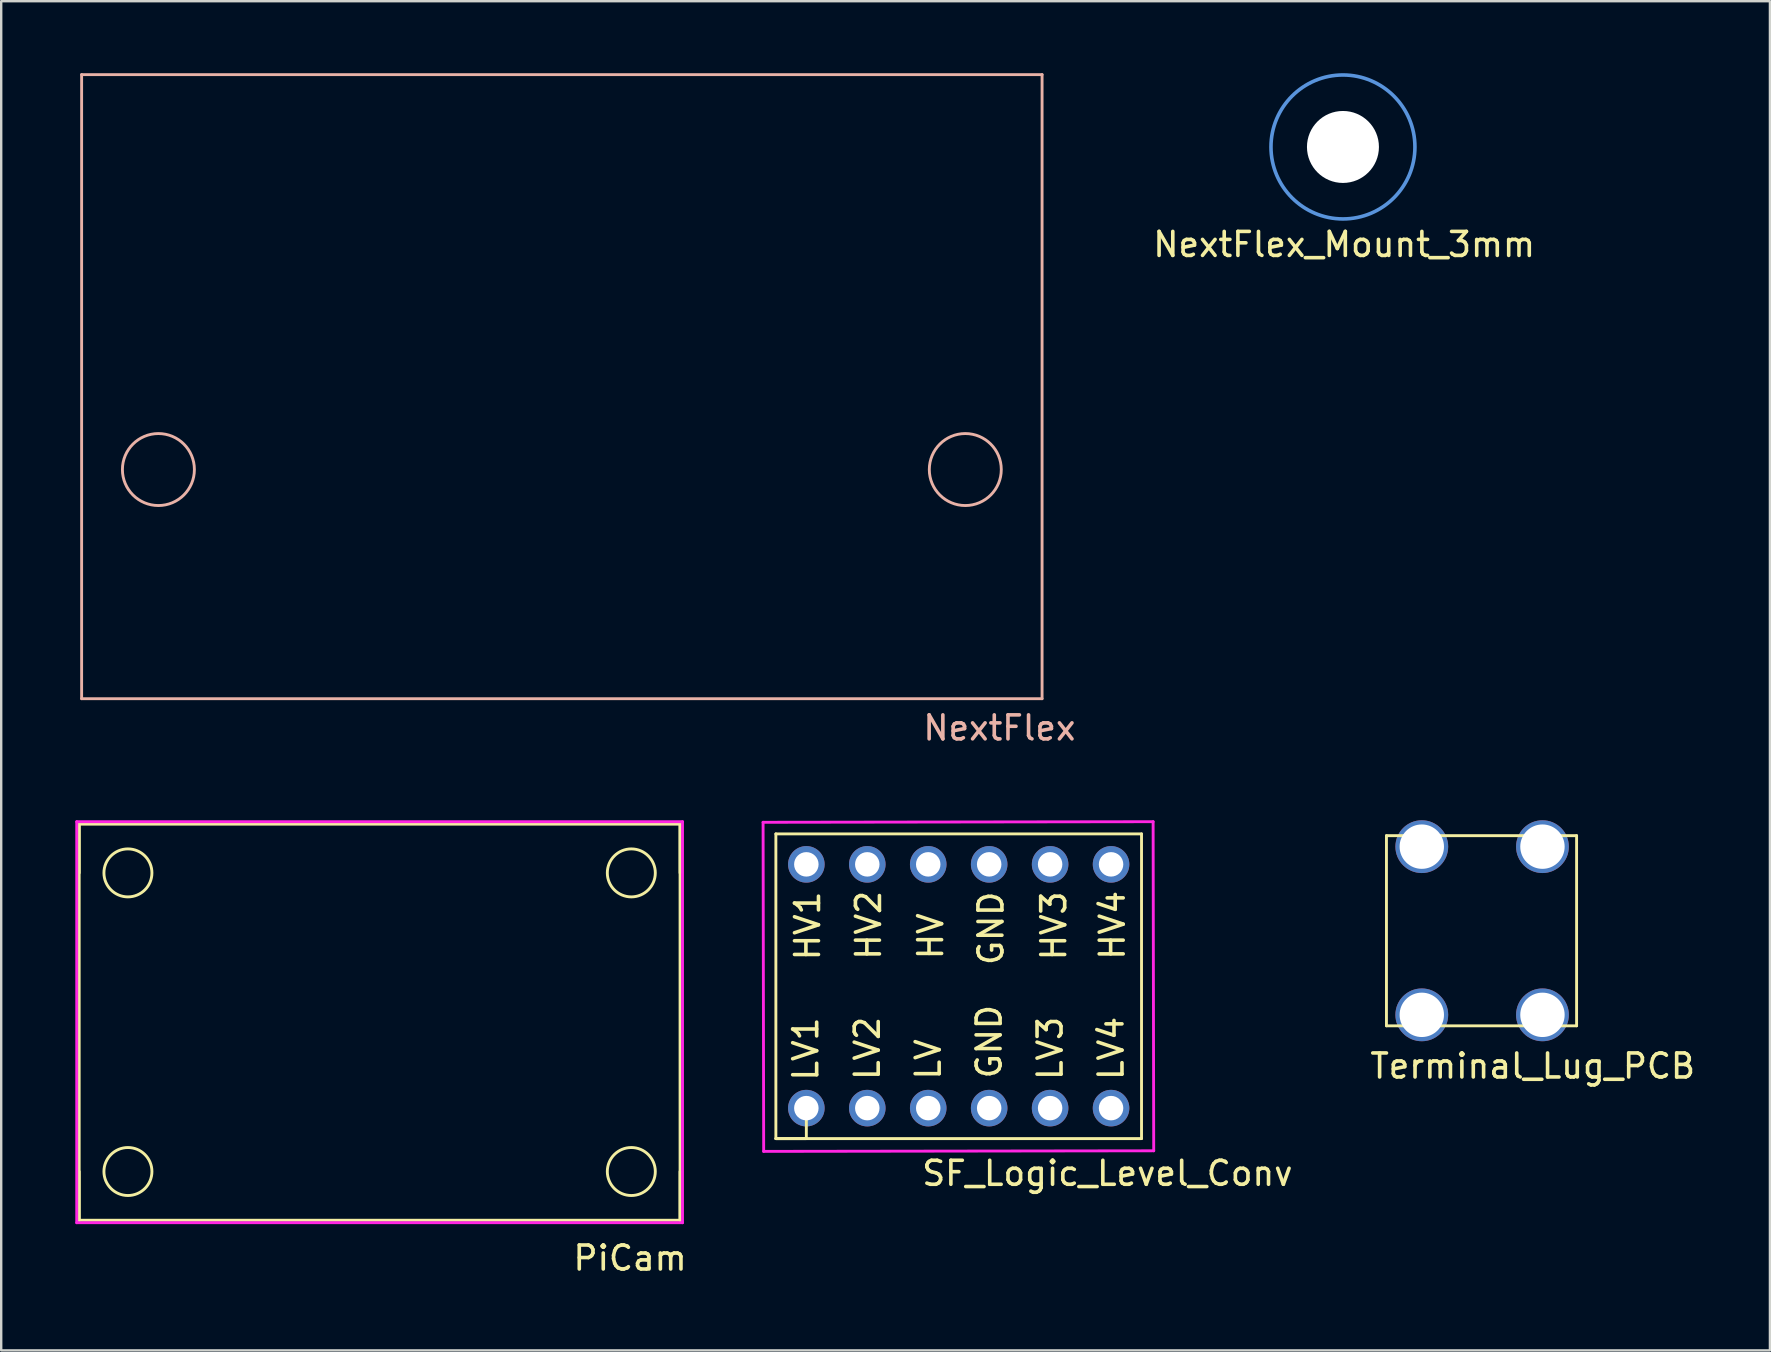
<source format=kicad_pcb>
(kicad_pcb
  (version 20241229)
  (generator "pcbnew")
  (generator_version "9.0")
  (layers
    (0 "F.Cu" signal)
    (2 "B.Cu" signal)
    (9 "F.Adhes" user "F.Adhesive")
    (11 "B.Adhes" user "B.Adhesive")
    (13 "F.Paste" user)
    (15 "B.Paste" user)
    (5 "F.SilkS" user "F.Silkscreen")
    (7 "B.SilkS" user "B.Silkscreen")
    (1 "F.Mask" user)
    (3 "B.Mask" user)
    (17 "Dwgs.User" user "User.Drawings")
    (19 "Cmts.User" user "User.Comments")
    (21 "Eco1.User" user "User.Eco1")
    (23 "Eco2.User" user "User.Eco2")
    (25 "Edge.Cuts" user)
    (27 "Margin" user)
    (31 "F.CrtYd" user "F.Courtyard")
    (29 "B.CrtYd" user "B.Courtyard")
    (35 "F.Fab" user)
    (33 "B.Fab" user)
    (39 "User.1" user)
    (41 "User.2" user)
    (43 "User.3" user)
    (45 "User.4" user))
  (footprint "PiCam"
    (layer "F.Cu")
    (at 0.25 47.809)
    (property "Reference" "PiCam" (at 22.962 1.575 0) (layer "F.SilkS") (effects (font (size 1 1) (thickness 0.15))))
    (attr through_hole)
    (fp_line (start 0 -16.51) (end 0 -14.478) (stroke (width 0.12) (type solid)) (layer "F.SilkS"))
    (fp_line (start 0 -16.51) (end 25.044 -16.51) (stroke (width 0.12) (type solid)) (layer "F.SilkS"))
    (fp_line (start 0 0) (end 0 -16.51) (stroke (width 0.12) (type solid)) (layer "F.SilkS"))
    (fp_line (start 0 0) (end 0 -2.032) (stroke (width 0.12) (type solid)) (layer "F.SilkS"))
    (fp_line (start 25.044 -16.51) (end 25.044 -14.478) (stroke (width 0.12) (type solid)) (layer "F.SilkS"))
    (fp_line (start 25.044 -16.51) (end 25.044 0) (stroke (width 0.12) (type solid)) (layer "F.SilkS"))
    (fp_line (start 25.044 0) (end 0 0) (stroke (width 0.12) (type solid)) (layer "F.SilkS"))
    (fp_line (start 25.044 0) (end 25.044 -2.032) (stroke (width 0.12) (type solid)) (layer "F.SilkS"))
    (fp_circle (center 2.032 -14.478) (end 3.032 -14.478) (stroke (width 0.12) (type solid)) (fill no) (layer "F.SilkS"))
    (fp_circle (center 2.032 -2.032) (end 3.032 -2.032) (stroke (width 0.12) (type solid)) (fill no) (layer "F.SilkS"))
    (fp_circle (center 23.012 -14.478) (end 24.012 -14.478) (stroke (width 0.12) (type solid)) (fill no) (layer "F.SilkS"))
    (fp_circle (center 23.012 -2.032) (end 24.012 -2.032) (stroke (width 0.12) (type solid)) (fill no) (layer "F.SilkS"))
    (fp_line (start -0.102 -16.612) (end 25.146 -16.612) (stroke (width 0.12) (type solid)) (layer "F.CrtYd"))
    (fp_line (start -0.102 0.102) (end -0.102 -16.612) (stroke (width 0.12) (type solid)) (layer "F.CrtYd"))
    (fp_line (start 25.146 -16.612) (end 25.146 0.102) (stroke (width 0.12) (type solid)) (layer "F.CrtYd"))
    (fp_line (start 25.146 0.102) (end -0.102 0.102) (stroke (width 0.12) (type solid)) (layer "F.CrtYd")))
  (footprint "NextFlex_Mount_3mm"
    (layer "F.Cu")
    (at 52.922 3.075)
    (property "Reference" "NextFlex_Mount_3mm" (at 0.051 4.064 0) (layer "F.SilkS") (effects (font (size 1 1) (thickness 0.15))))
    (attr through_hole)
    (fp_circle (center 0 0) (end 3 0) (stroke (width 0.15) (type solid)) (fill no) (layer "Cmts.User"))
    (pad "" np_thru_hole circle (at 0 0) (size 3 3) (drill 3) (layers "*.Cu" "*.Mask")))
  (footprint "Terminal_Lug_PCB"
    (layer "F.Cu")
    (at 56.208 39.247)
    (property "Reference" "Terminal_Lug_PCB" (at 4.623 2.134 0) (layer "F.SilkS") (effects (font (size 1 1) (thickness 0.15))))
    (attr through_hole)
    (fp_line (start -1.473 -7.468) (end -1.473 0.457) (stroke (width 0.12) (type solid)) (layer "F.SilkS"))
    (fp_line (start -1.473 0.457) (end 6.452 0.457) (stroke (width 0.12) (type solid)) (layer "F.SilkS"))
    (fp_line (start 6.452 -7.468) (end -1.473 -7.468) (stroke (width 0.12) (type solid)) (layer "F.SilkS"))
    (fp_line (start 6.452 0.457) (end 6.452 -7.468) (stroke (width 0.12) (type solid)) (layer "F.SilkS"))
    (pad "1" thru_hole circle (at 0 -7.01) (size 2.2 2.2) (drill 1.85) (layers "*.Cu" "*.Mask"))
    (pad "1" thru_hole circle (at 0 0) (size 2.2 2.2) (drill 1.85) (layers "*.Cu" "*.Mask"))
    (pad "1" thru_hole circle (at 5.029 -7.01) (size 2.2 2.2) (drill 1.85) (layers "*.Cu" "*.Mask"))
    (pad "1" thru_hole circle (at 5.029 0) (size 2.2 2.2) (drill 1.85) (layers "*.Cu" "*.Mask")))
  (footprint "NextFlex"
    (layer "F.Cu")
    (at 0.25 26.07)
    (property "Reference" "NextFlex" (at 38.354 1.219 0) (layer "B.SilkS") (effects (font (size 1 1) (thickness 0.15))))
    (attr through_hole)
    (fp_line (start 0.102 -26.01) (end 40.132 -26.01) (stroke (width 0.12) (type solid)) (layer "B.SilkS"))
    (fp_line (start 0.102 0) (end 0.102 -26.01) (stroke (width 0.12) (type solid)) (layer "B.SilkS"))
    (fp_line (start 40.132 -26.01) (end 40.132 0) (stroke (width 0.12) (type solid)) (layer "B.SilkS"))
    (fp_line (start 40.132 0) (end 0.102 0) (stroke (width 0.12) (type solid)) (layer "B.SilkS"))
    (fp_circle (center 3.302 -9.55) (end 4.802 -9.55) (stroke (width 0.12) (type solid)) (fill no) (layer "B.SilkS"))
    (fp_circle (center 36.932 -9.55) (end 38.432 -9.55) (stroke (width 0.12) (type solid)) (fill no) (layer "B.SilkS")))
  (footprint "SF_Logic_Level_Conv"
    (layer "F.Cu")
    (at 29.287 44.405)
    (property "Reference" "SF_Logic_Level_Conv" (at 13.818 1.448 0) (layer "F.SilkS") (effects (font (size 1 1) (thickness 0.15))))
    (attr through_hole)
    (fp_line (start 0 -12.7) (end 15.24 -12.7) (stroke (width 0.12) (type solid)) (layer "F.SilkS"))
    (fp_line (start 0 0) (end 0 -12.7) (stroke (width 0.12) (type solid)) (layer "F.SilkS"))
    (fp_line (start 0 0) (end 1.27 0) (stroke (width 0.12) (type solid)) (layer "F.SilkS"))
    (fp_line (start 1.27 0) (end 1.27 -1.27) (stroke (width 0.12) (type solid)) (layer "F.SilkS"))
    (fp_line (start 15.24 -12.7) (end 15.24 0) (stroke (width 0.12) (type solid)) (layer "F.SilkS"))
    (fp_line (start 15.24 0) (end 0 0) (stroke (width 0.12) (type solid)) (layer "F.SilkS"))
    (fp_line (start -0.533 -13.183) (end 15.723 -13.208) (stroke (width 0.12) (type solid)) (layer "F.CrtYd"))
    (fp_line (start -0.508 0.533) (end -0.533 -13.183) (stroke (width 0.12) (type solid)) (layer "F.CrtYd"))
    (fp_line (start 15.723 -13.208) (end 15.748 0.508) (stroke (width 0.12) (type solid)) (layer "F.CrtYd"))
    (fp_line (start 15.748 0.508) (end -0.508 0.533) (stroke (width 0.12) (type solid)) (layer "F.CrtYd"))
    (fp_text user "HV2" (at 3.861 -8.89 90) (layer "F.SilkS") (effects (font (size 1 1) (thickness 0.15))))
    (fp_text user "LV3" (at 11.43 -3.759 90) (layer "F.SilkS") (effects (font (size 1 1) (thickness 0.15))))
    (fp_text user "HV" (at 6.452 -8.433 90) (layer "F.SilkS") (effects (font (size 1 1) (thickness 0.15))))
    (fp_text user "HV3" (at 11.582 -8.865 90) (layer "F.SilkS") (effects (font (size 1 1) (thickness 0.15))))
    (fp_text user "LV" (at 6.35 -3.302 90) (layer "F.SilkS") (effects (font (size 1 1) (thickness 0.15))))
    (fp_text user "HV1" (at 1.321 -8.865 90) (layer "F.SilkS") (effects (font (size 1 1) (thickness 0.15))))
    (fp_text user "LV1" (at 1.245 -3.734 270) (layer "F.SilkS") (effects (font (size 1 1) (thickness 0.15))))
    (fp_text user "GND" (at 8.89 -4.039 90) (layer "F.SilkS") (effects (font (size 1 1) (thickness 0.15))))
    (fp_text user "LV2" (at 3.81 -3.759 90) (layer "F.SilkS") (effects (font (size 1 1) (thickness 0.15))))
    (fp_text user "HV4" (at 14.021 -8.89 90) (layer "F.SilkS") (effects (font (size 1 1) (thickness 0.15))))
    (fp_text user "LV4" (at 13.97 -3.759 90) (layer "F.SilkS") (effects (font (size 1 1) (thickness 0.15))))
    (fp_text user "GND" (at 8.966 -8.763 90) (layer "F.SilkS") (effects (font (size 1 1) (thickness 0.15))))
    (pad "1" thru_hole circle (at 1.27 -11.43) (size 1.524 1.524) (drill 1.02) (layers "*.Cu" "*.Mask"))
    (pad "2" thru_hole circle (at 3.81 -11.43) (size 1.524 1.524) (drill 1.02) (layers "*.Cu" "*.Mask"))
    (pad "3" thru_hole circle (at 6.35 -11.43) (size 1.524 1.524) (drill 1.02) (layers "*.Cu" "*.Mask"))
    (pad "4" thru_hole circle (at 8.89 -11.43) (size 1.524 1.524) (drill 1.02) (layers "*.Cu" "*.Mask"))
    (pad "5" thru_hole circle (at 11.43 -11.43) (size 1.524 1.524) (drill 1.02) (layers "*.Cu" "*.Mask"))
    (pad "6" thru_hole circle (at 13.97 -11.43) (size 1.524 1.524) (drill 1.02) (layers "*.Cu" "*.Mask"))
    (pad "7" thru_hole circle (at 1.27 -1.27) (size 1.524 1.524) (drill 1.02) (layers "*.Cu" "*.Mask"))
    (pad "8" thru_hole circle (at 3.81 -1.27) (size 1.524 1.524) (drill 1.02) (layers "*.Cu" "*.Mask"))
    (pad "9" thru_hole circle (at 6.35 -1.27) (size 1.524 1.524) (drill 1.02) (layers "*.Cu" "*.Mask"))
    (pad "10" thru_hole circle (at 8.89 -1.27) (size 1.524 1.524) (drill 1.02) (layers "*.Cu" "*.Mask"))
    (pad "11" thru_hole circle (at 11.43 -1.27) (size 1.524 1.524) (drill 1.02) (layers "*.Cu" "*.Mask"))
    (pad "12" thru_hole circle (at 13.97 -1.27) (size 1.524 1.524) (drill 1.02) (layers "*.Cu" "*.Mask")))
  (gr_rect
    (start -3 -3)
    (end 70.718 53.232)
    (stroke (width 0.1) (type default))
    (fill no)
    (layer "Edge.Cuts")))
</source>
